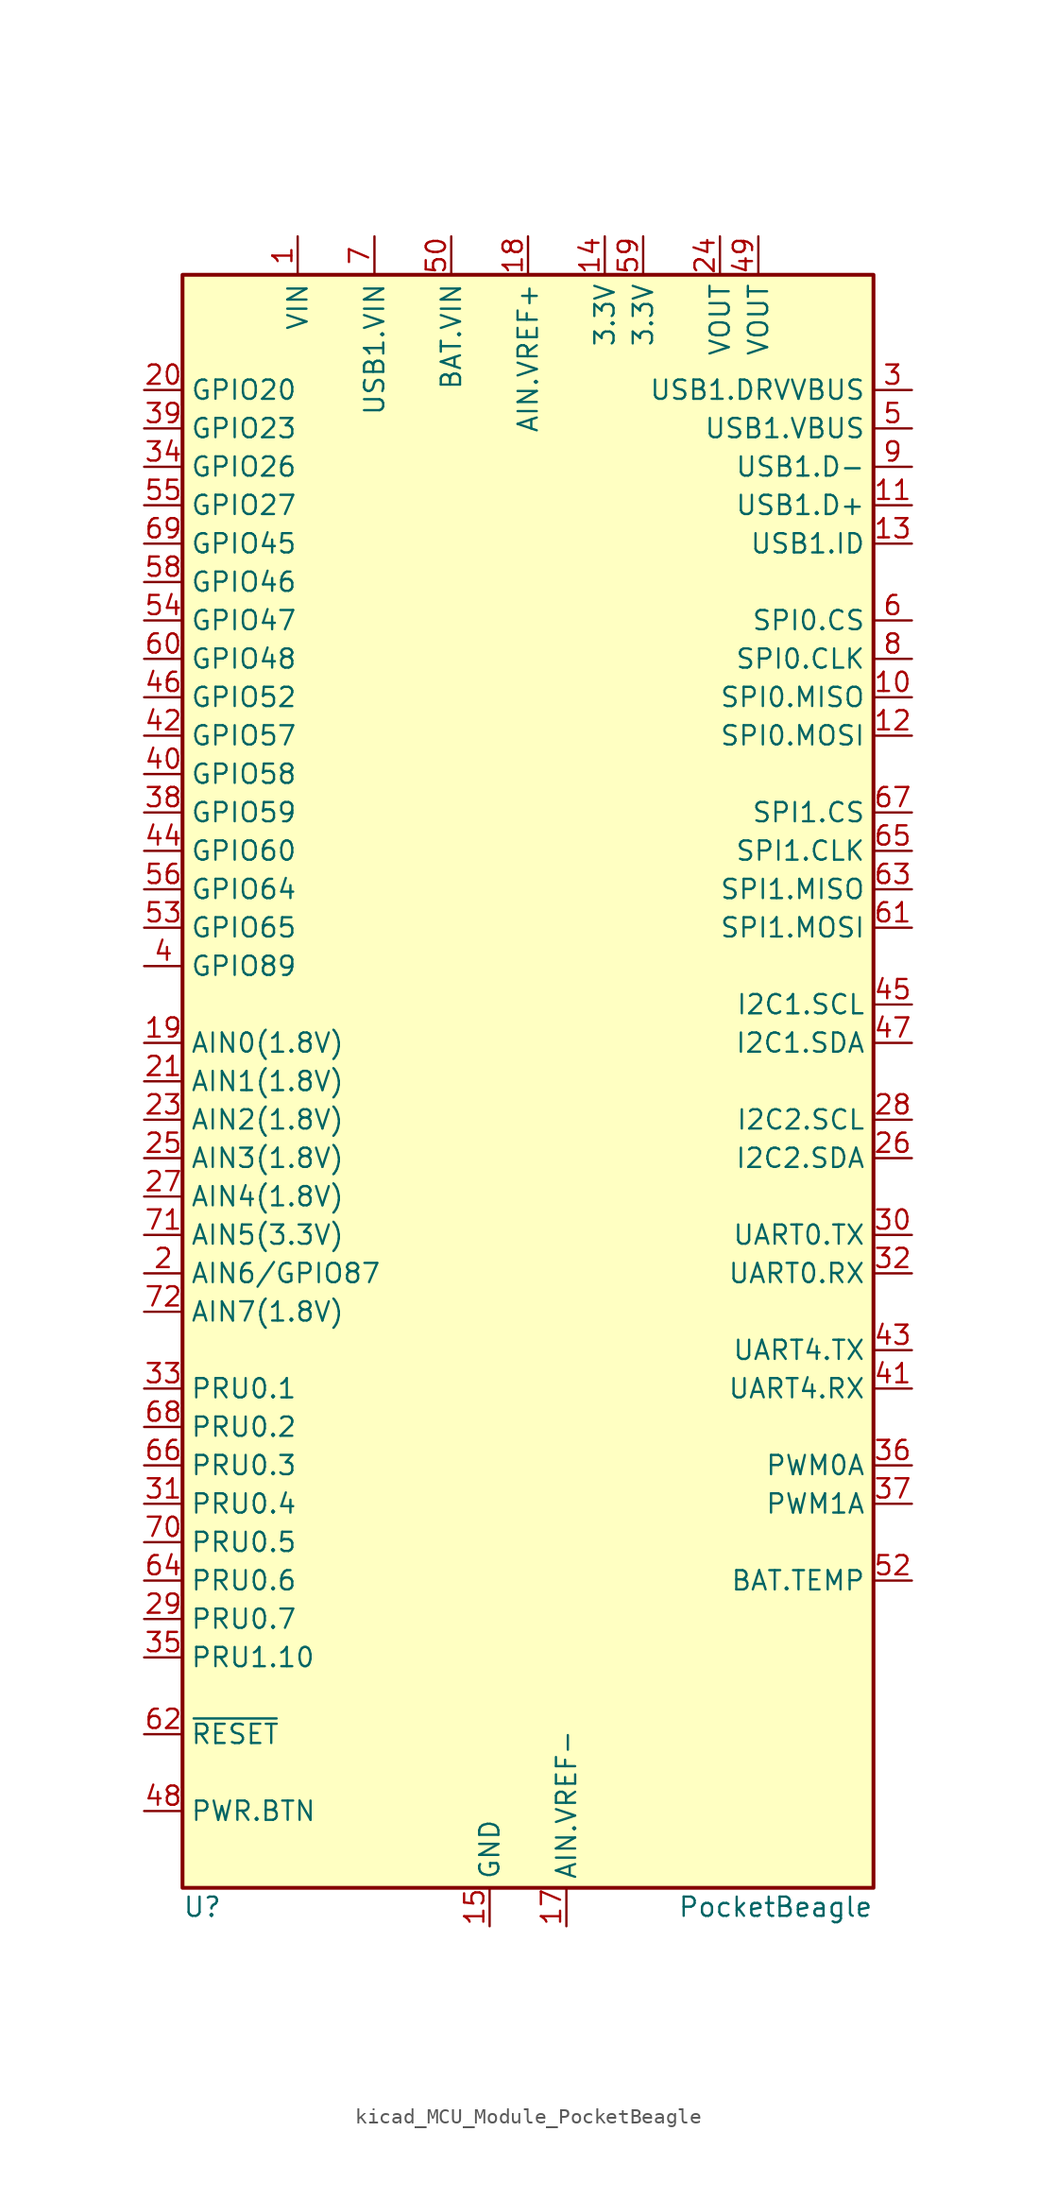
<source format=kicad_sym>
(kicad_symbol_lib
  (version 20220914)
  (generator kicad_symbol_editor)
  (symbol "kicad_MCU_Module_PocketBeagle"
    (property "Reference" "U"
      (at -22.86 -54.61 0)
      (effects (font (size 1.27 1.27)) (justify left)))
    (property "Value" "PocketBeagle"
      (at 22.86 -54.61 0)
      (effects (font (size 1.27 1.27)) (justify right)))
    (symbol "kicad_MCU_Module_PocketBeagle_0_1"
      (rectangle (start -22.86 53.34) (end 22.86 -53.34) (stroke (width 0.254) (type default)) (fill (type background))))
    (symbol "kicad_MCU_Module_PocketBeagle_1_1"
      (pin power_in line (at -15.24 55.88 270) (length 2.54) (name "VIN" (effects (font (size 1.27 1.27)))) (number "1" (effects (font (size 1.27 1.27)))))
      (pin bidirectional line (at 25.4 25.4 180) (length 2.54) (name "SPI0.MISO" (effects (font (size 1.27 1.27)))) (number "10" (effects (font (size 1.27 1.27)))))
      (pin bidirectional line (at 25.4 38.1 180) (length 2.54) (name "USB1.D+" (effects (font (size 1.27 1.27)))) (number "11" (effects (font (size 1.27 1.27)))))
      (pin bidirectional line (at 25.4 22.86 180) (length 2.54) (name "SPI0.MOSI" (effects (font (size 1.27 1.27)))) (number "12" (effects (font (size 1.27 1.27)))))
      (pin input line (at 25.4 35.56 180) (length 2.54) (name "USB1.ID" (effects (font (size 1.27 1.27)))) (number "13" (effects (font (size 1.27 1.27)))))
      (pin power_out line (at 5.08 55.88 270) (length 2.54) (name "3.3V" (effects (font (size 1.27 1.27)))) (number "14" (effects (font (size 1.27 1.27)))))
      (pin power_in line (at -2.54 -55.88 90) (length 2.54) (name "GND" (effects (font (size 1.27 1.27)))) (number "15" (effects (font (size 1.27 1.27)))))
      (pin passive line (at -2.54 -55.88 90) (length 2.54) hide (name "GND" (effects (font (size 1.27 1.27)))) (number "16" (effects (font (size 1.27 1.27)))))
      (pin power_in line (at 2.54 -55.88 90) (length 2.54) (name "AIN.VREF-" (effects (font (size 1.27 1.27)))) (number "17" (effects (font (size 1.27 1.27)))))
      (pin power_in line (at 0 55.88 270) (length 2.54) (name "AIN.VREF+" (effects (font (size 1.27 1.27)))) (number "18" (effects (font (size 1.27 1.27)))))
      (pin input line (at -25.4 2.54 0) (length 2.54) (name "AIN0(1.8V)" (effects (font (size 1.27 1.27)))) (number "19" (effects (font (size 1.27 1.27)))))
      (pin bidirectional line (at -25.4 -12.7 0) (length 2.54) (name "AIN6/GPIO87" (effects (font (size 1.27 1.27)))) (number "2" (effects (font (size 1.27 1.27)))))
      (pin bidirectional line (at -25.4 45.72 0) (length 2.54) (name "GPIO20" (effects (font (size 1.27 1.27)))) (number "20" (effects (font (size 1.27 1.27)))))
      (pin input line (at -25.4 0 0) (length 2.54) (name "AIN1(1.8V)" (effects (font (size 1.27 1.27)))) (number "21" (effects (font (size 1.27 1.27)))))
      (pin passive line (at -2.54 -55.88 90) (length 2.54) hide (name "GND" (effects (font (size 1.27 1.27)))) (number "22" (effects (font (size 1.27 1.27)))))
      (pin input line (at -25.4 -2.54 0) (length 2.54) (name "AIN2(1.8V)" (effects (font (size 1.27 1.27)))) (number "23" (effects (font (size 1.27 1.27)))))
      (pin power_out line (at 12.7 55.88 270) (length 2.54) (name "VOUT" (effects (font (size 1.27 1.27)))) (number "24" (effects (font (size 1.27 1.27)))))
      (pin input line (at -25.4 -5.08 0) (length 2.54) (name "AIN3(1.8V)" (effects (font (size 1.27 1.27)))) (number "25" (effects (font (size 1.27 1.27)))))
      (pin bidirectional line (at 25.4 -5.08 180) (length 2.54) (name "I2C2.SDA" (effects (font (size 1.27 1.27)))) (number "26" (effects (font (size 1.27 1.27)))))
      (pin input line (at -25.4 -7.62 0) (length 2.54) (name "AIN4(1.8V)" (effects (font (size 1.27 1.27)))) (number "27" (effects (font (size 1.27 1.27)))))
      (pin bidirectional line (at 25.4 -2.54 180) (length 2.54) (name "I2C2.SCL" (effects (font (size 1.27 1.27)))) (number "28" (effects (font (size 1.27 1.27)))))
      (pin bidirectional line (at -25.4 -35.56 0) (length 2.54) (name "PRU0.7" (effects (font (size 1.27 1.27)))) (number "29" (effects (font (size 1.27 1.27)))))
      (pin output line (at 25.4 45.72 180) (length 2.54) (name "USB1.DRVVBUS" (effects (font (size 1.27 1.27)))) (number "3" (effects (font (size 1.27 1.27)))))
      (pin bidirectional line (at 25.4 -10.16 180) (length 2.54) (name "UART0.TX" (effects (font (size 1.27 1.27)))) (number "30" (effects (font (size 1.27 1.27)))))
      (pin bidirectional line (at -25.4 -27.94 0) (length 2.54) (name "PRU0.4" (effects (font (size 1.27 1.27)))) (number "31" (effects (font (size 1.27 1.27)))))
      (pin bidirectional line (at 25.4 -12.7 180) (length 2.54) (name "UART0.RX" (effects (font (size 1.27 1.27)))) (number "32" (effects (font (size 1.27 1.27)))))
      (pin bidirectional line (at -25.4 -20.32 0) (length 2.54) (name "PRU0.1" (effects (font (size 1.27 1.27)))) (number "33" (effects (font (size 1.27 1.27)))))
      (pin bidirectional line (at -25.4 40.64 0) (length 2.54) (name "GPIO26" (effects (font (size 1.27 1.27)))) (number "34" (effects (font (size 1.27 1.27)))))
      (pin bidirectional line (at -25.4 -38.1 0) (length 2.54) (name "PRU1.10" (effects (font (size 1.27 1.27)))) (number "35" (effects (font (size 1.27 1.27)))))
      (pin bidirectional line (at 25.4 -25.4 180) (length 2.54) (name "PWM0A" (effects (font (size 1.27 1.27)))) (number "36" (effects (font (size 1.27 1.27)))))
      (pin bidirectional line (at 25.4 -27.94 180) (length 2.54) (name "PWM1A" (effects (font (size 1.27 1.27)))) (number "37" (effects (font (size 1.27 1.27)))))
      (pin bidirectional line (at -25.4 17.78 0) (length 2.54) (name "GPIO59" (effects (font (size 1.27 1.27)))) (number "38" (effects (font (size 1.27 1.27)))))
      (pin bidirectional line (at -25.4 43.18 0) (length 2.54) (name "GPIO23" (effects (font (size 1.27 1.27)))) (number "39" (effects (font (size 1.27 1.27)))))
      (pin bidirectional line (at -25.4 7.62 0) (length 2.54) (name "GPIO89" (effects (font (size 1.27 1.27)))) (number "4" (effects (font (size 1.27 1.27)))))
      (pin bidirectional line (at -25.4 20.32 0) (length 2.54) (name "GPIO58" (effects (font (size 1.27 1.27)))) (number "40" (effects (font (size 1.27 1.27)))))
      (pin bidirectional line (at 25.4 -20.32 180) (length 2.54) (name "UART4.RX" (effects (font (size 1.27 1.27)))) (number "41" (effects (font (size 1.27 1.27)))))
      (pin bidirectional line (at -25.4 22.86 0) (length 2.54) (name "GPIO57" (effects (font (size 1.27 1.27)))) (number "42" (effects (font (size 1.27 1.27)))))
      (pin bidirectional line (at 25.4 -17.78 180) (length 2.54) (name "UART4.TX" (effects (font (size 1.27 1.27)))) (number "43" (effects (font (size 1.27 1.27)))))
      (pin bidirectional line (at -25.4 15.24 0) (length 2.54) (name "GPIO60" (effects (font (size 1.27 1.27)))) (number "44" (effects (font (size 1.27 1.27)))))
      (pin bidirectional line (at 25.4 5.08 180) (length 2.54) (name "I2C1.SCL" (effects (font (size 1.27 1.27)))) (number "45" (effects (font (size 1.27 1.27)))))
      (pin bidirectional line (at -25.4 25.4 0) (length 2.54) (name "GPIO52" (effects (font (size 1.27 1.27)))) (number "46" (effects (font (size 1.27 1.27)))))
      (pin bidirectional line (at 25.4 2.54 180) (length 2.54) (name "I2C1.SDA" (effects (font (size 1.27 1.27)))) (number "47" (effects (font (size 1.27 1.27)))))
      (pin input line (at -25.4 -48.26 0) (length 2.54) (name "PWR.BTN" (effects (font (size 1.27 1.27)))) (number "48" (effects (font (size 1.27 1.27)))))
      (pin power_out line (at 15.24 55.88 270) (length 2.54) (name "VOUT" (effects (font (size 1.27 1.27)))) (number "49" (effects (font (size 1.27 1.27)))))
      (pin input line (at 25.4 43.18 180) (length 2.54) (name "USB1.VBUS" (effects (font (size 1.27 1.27)))) (number "5" (effects (font (size 1.27 1.27)))))
      (pin power_in line (at -5.08 55.88 270) (length 2.54) (name "BAT.VIN" (effects (font (size 1.27 1.27)))) (number "50" (effects (font (size 1.27 1.27)))))
      (pin passive line (at -2.54 -55.88 90) (length 2.54) hide (name "GND" (effects (font (size 1.27 1.27)))) (number "51" (effects (font (size 1.27 1.27)))))
      (pin passive line (at 25.4 -33.02 180) (length 2.54) (name "BAT.TEMP" (effects (font (size 1.27 1.27)))) (number "52" (effects (font (size 1.27 1.27)))))
      (pin bidirectional line (at -25.4 10.16 0) (length 2.54) (name "GPIO65" (effects (font (size 1.27 1.27)))) (number "53" (effects (font (size 1.27 1.27)))))
      (pin bidirectional line (at -25.4 30.48 0) (length 2.54) (name "GPIO47" (effects (font (size 1.27 1.27)))) (number "54" (effects (font (size 1.27 1.27)))))
      (pin bidirectional line (at -25.4 38.1 0) (length 2.54) (name "GPIO27" (effects (font (size 1.27 1.27)))) (number "55" (effects (font (size 1.27 1.27)))))
      (pin bidirectional line (at -25.4 12.7 0) (length 2.54) (name "GPIO64" (effects (font (size 1.27 1.27)))) (number "56" (effects (font (size 1.27 1.27)))))
      (pin passive line (at -2.54 -55.88 90) (length 2.54) hide (name "GND" (effects (font (size 1.27 1.27)))) (number "57" (effects (font (size 1.27 1.27)))))
      (pin bidirectional line (at -25.4 33.02 0) (length 2.54) (name "GPIO46" (effects (font (size 1.27 1.27)))) (number "58" (effects (font (size 1.27 1.27)))))
      (pin power_out line (at 7.62 55.88 270) (length 2.54) (name "3.3V" (effects (font (size 1.27 1.27)))) (number "59" (effects (font (size 1.27 1.27)))))
      (pin bidirectional line (at 25.4 30.48 180) (length 2.54) (name "SPI0.CS" (effects (font (size 1.27 1.27)))) (number "6" (effects (font (size 1.27 1.27)))))
      (pin bidirectional line (at -25.4 27.94 0) (length 2.54) (name "GPIO48" (effects (font (size 1.27 1.27)))) (number "60" (effects (font (size 1.27 1.27)))))
      (pin bidirectional line (at 25.4 10.16 180) (length 2.54) (name "SPI1.MOSI" (effects (font (size 1.27 1.27)))) (number "61" (effects (font (size 1.27 1.27)))))
      (pin input line (at -25.4 -43.18 0) (length 2.54) (name "~{RESET}" (effects (font (size 1.27 1.27)))) (number "62" (effects (font (size 1.27 1.27)))))
      (pin bidirectional line (at 25.4 12.7 180) (length 2.54) (name "SPI1.MISO" (effects (font (size 1.27 1.27)))) (number "63" (effects (font (size 1.27 1.27)))))
      (pin bidirectional line (at -25.4 -33.02 0) (length 2.54) (name "PRU0.6" (effects (font (size 1.27 1.27)))) (number "64" (effects (font (size 1.27 1.27)))))
      (pin bidirectional line (at 25.4 15.24 180) (length 2.54) (name "SPI1.CLK" (effects (font (size 1.27 1.27)))) (number "65" (effects (font (size 1.27 1.27)))))
      (pin bidirectional line (at -25.4 -25.4 0) (length 2.54) (name "PRU0.3" (effects (font (size 1.27 1.27)))) (number "66" (effects (font (size 1.27 1.27)))))
      (pin bidirectional line (at 25.4 17.78 180) (length 2.54) (name "SPI1.CS" (effects (font (size 1.27 1.27)))) (number "67" (effects (font (size 1.27 1.27)))))
      (pin bidirectional line (at -25.4 -22.86 0) (length 2.54) (name "PRU0.2" (effects (font (size 1.27 1.27)))) (number "68" (effects (font (size 1.27 1.27)))))
      (pin bidirectional line (at -25.4 35.56 0) (length 2.54) (name "GPIO45" (effects (font (size 1.27 1.27)))) (number "69" (effects (font (size 1.27 1.27)))))
      (pin power_in line (at -10.16 55.88 270) (length 2.54) (name "USB1.VIN" (effects (font (size 1.27 1.27)))) (number "7" (effects (font (size 1.27 1.27)))))
      (pin bidirectional line (at -25.4 -30.48 0) (length 2.54) (name "PRU0.5" (effects (font (size 1.27 1.27)))) (number "70" (effects (font (size 1.27 1.27)))))
      (pin input line (at -25.4 -10.16 0) (length 2.54) (name "AIN5(3.3V)" (effects (font (size 1.27 1.27)))) (number "71" (effects (font (size 1.27 1.27)))))
      (pin input line (at -25.4 -15.24 0) (length 2.54) (name "AIN7(1.8V)" (effects (font (size 1.27 1.27)))) (number "72" (effects (font (size 1.27 1.27)))))
      (pin bidirectional line (at 25.4 27.94 180) (length 2.54) (name "SPI0.CLK" (effects (font (size 1.27 1.27)))) (number "8" (effects (font (size 1.27 1.27)))))
      (pin bidirectional line (at 25.4 40.64 180) (length 2.54) (name "USB1.D-" (effects (font (size 1.27 1.27)))) (number "9" (effects (font (size 1.27 1.27))))))))
</source>
